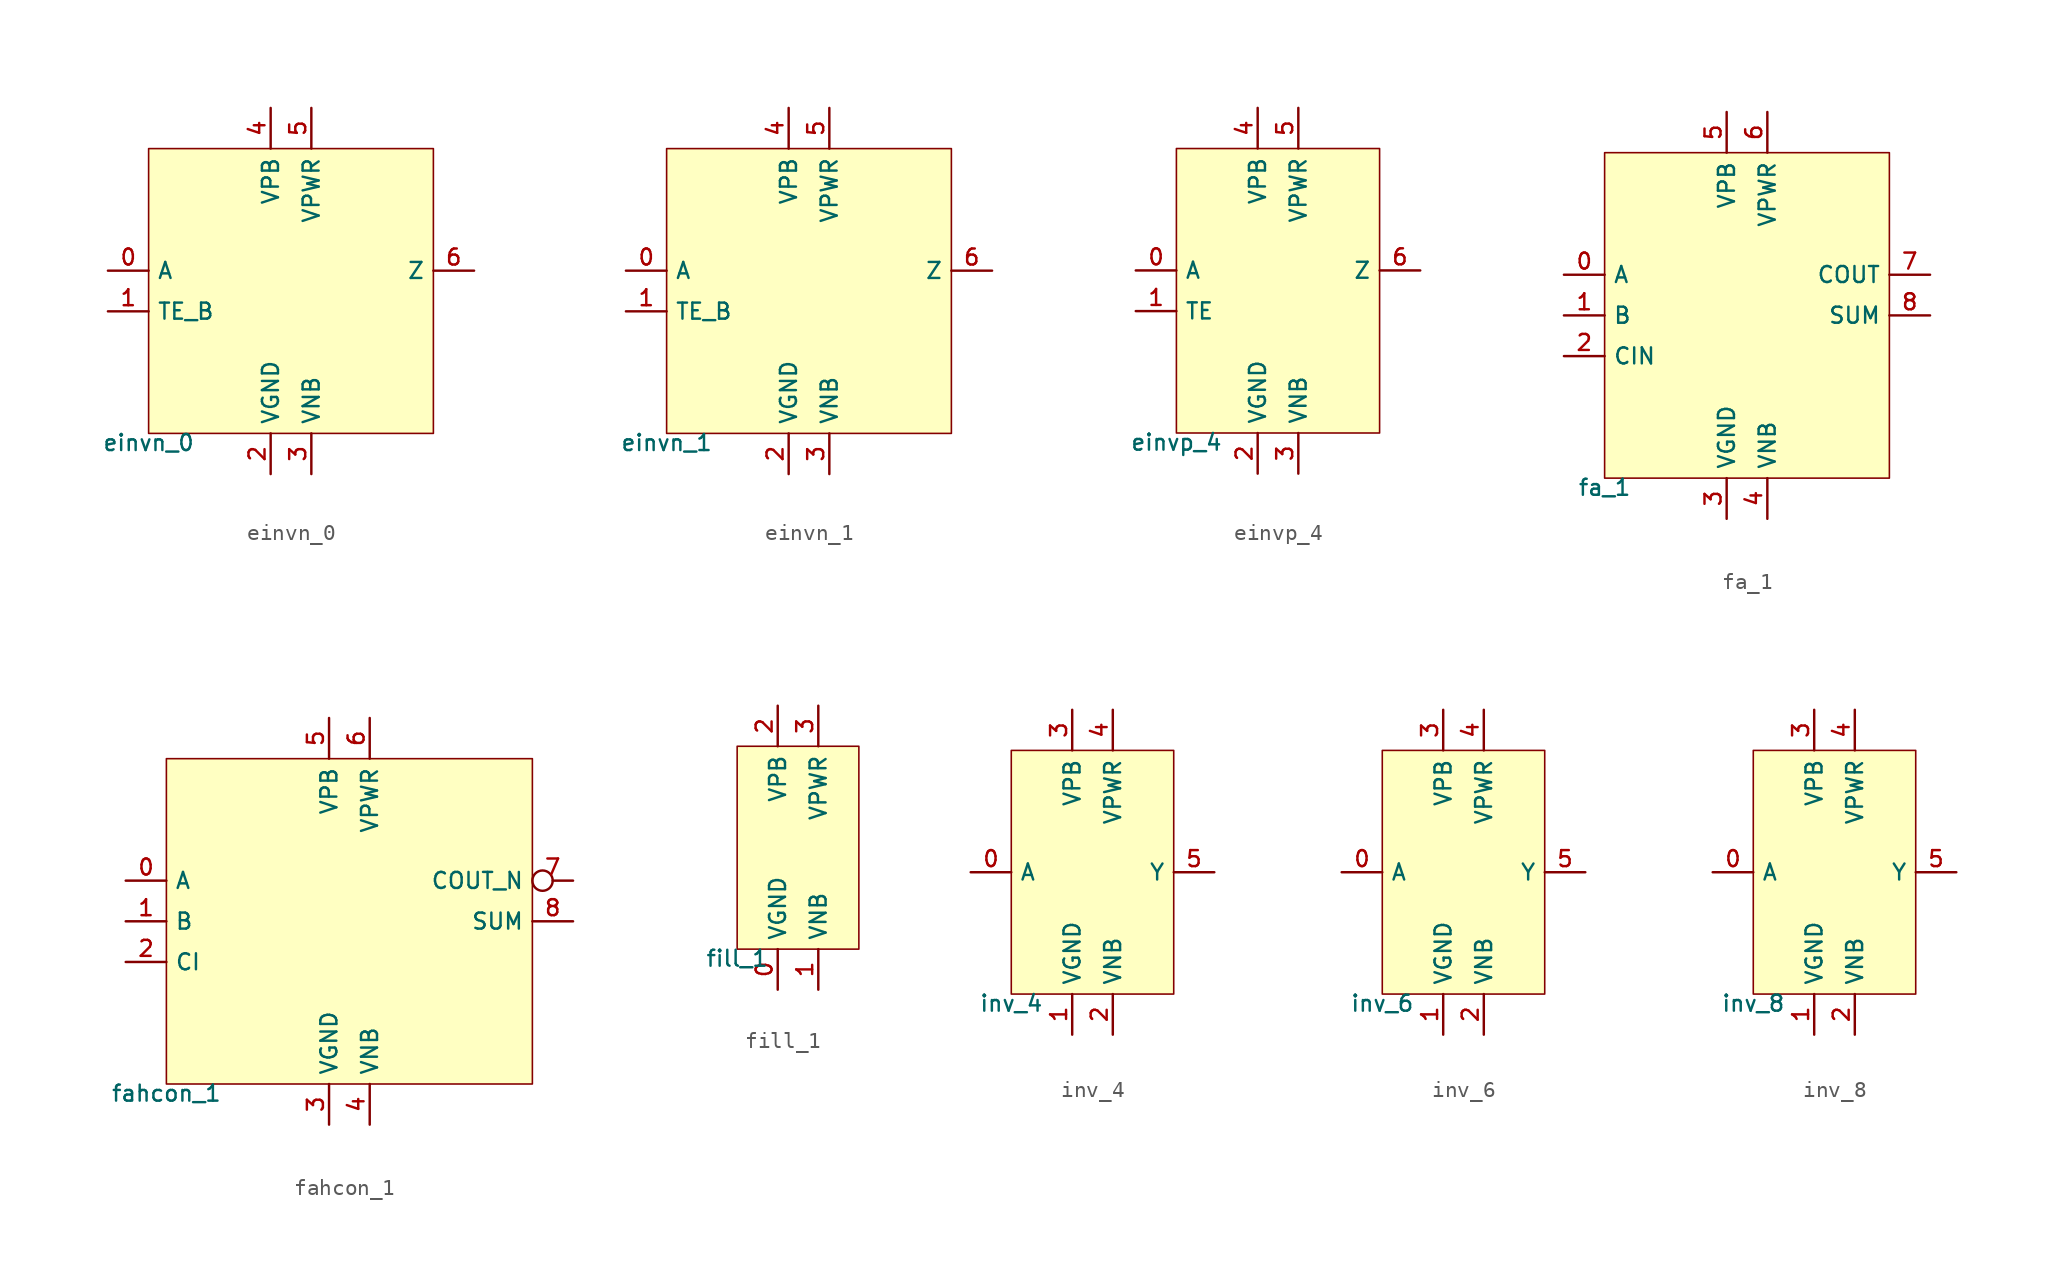
<source format=kicad_sym>
(kicad_symbol_lib
  (version 20211014)
  (generator pdk2kicad)
  (symbol "einvn_0"
    (property "Reference" "X"
      (at 0 0 0)
      (effects (font (size 1 1)) hide))
    (property "Value" "einvn_0"
      (at -8.89 -8.89 0)
      (effects (font (size 1 1)) (justify top)))
    (rectangle
      (start -8.89 -8.89)
      (end 8.89 8.89)
      (stroke (width 0.1) (type solid) (color 0 0 0 0))
      (fill (type background)))
    (pin input line
      (at -11.43 1.27 0)
      (length 2.54)
      (name "A" (effects (font (size 1 1)) hide))
      (number "0" (effects (font (size 1 1)) hide)))
    (pin input line
      (at -11.43 -1.27 0)
      (length 2.54)
      (name "TE_B" (effects (font (size 1 1)) hide))
      (number "1" (effects (font (size 1 1)) hide)))
    (pin power_in line
      (at -1.27 -11.43 90)
      (length 2.54)
      (name "VGND" (effects (font (size 1 1)) hide))
      (number "2" (effects (font (size 1 1)) hide)))
    (pin power_in line
      (at 1.27 -11.43 90)
      (length 2.54)
      (name "VNB" (effects (font (size 1 1)) hide))
      (number "3" (effects (font (size 1 1)) hide)))
    (pin power_in line
      (at -1.27 11.43 270)
      (length 2.54)
      (name "VPB" (effects (font (size 1 1)) hide))
      (number "4" (effects (font (size 1 1)) hide)))
    (pin power_in line
      (at 1.27 11.43 270)
      (length 2.54)
      (name "VPWR" (effects (font (size 1 1)) hide))
      (number "5" (effects (font (size 1 1)) hide)))
    (pin output line
      (at 11.43 1.27 180)
      (length 2.54)
      (name "Z" (effects (font (size 1 1)) hide))
      (number "6" (effects (font (size 1 1)) hide))))
  (symbol "einvn_1"
    (property "Reference" "X"
      (at 0 0 0)
      (effects (font (size 1 1)) hide))
    (property "Value" "einvn_1"
      (at -8.89 -8.89 0)
      (effects (font (size 1 1)) (justify top)))
    (rectangle
      (start -8.89 -8.89)
      (end 8.89 8.89)
      (stroke (width 0.1) (type solid) (color 0 0 0 0))
      (fill (type background)))
    (pin input line
      (at -11.43 1.27 0)
      (length 2.54)
      (name "A" (effects (font (size 1 1)) hide))
      (number "0" (effects (font (size 1 1)) hide)))
    (pin input line
      (at -11.43 -1.27 0)
      (length 2.54)
      (name "TE_B" (effects (font (size 1 1)) hide))
      (number "1" (effects (font (size 1 1)) hide)))
    (pin power_in line
      (at -1.27 -11.43 90)
      (length 2.54)
      (name "VGND" (effects (font (size 1 1)) hide))
      (number "2" (effects (font (size 1 1)) hide)))
    (pin power_in line
      (at 1.27 -11.43 90)
      (length 2.54)
      (name "VNB" (effects (font (size 1 1)) hide))
      (number "3" (effects (font (size 1 1)) hide)))
    (pin power_in line
      (at -1.27 11.43 270)
      (length 2.54)
      (name "VPB" (effects (font (size 1 1)) hide))
      (number "4" (effects (font (size 1 1)) hide)))
    (pin power_in line
      (at 1.27 11.43 270)
      (length 2.54)
      (name "VPWR" (effects (font (size 1 1)) hide))
      (number "5" (effects (font (size 1 1)) hide)))
    (pin output line
      (at 11.43 1.27 180)
      (length 2.54)
      (name "Z" (effects (font (size 1 1)) hide))
      (number "6" (effects (font (size 1 1)) hide))))
  (symbol "einvp_4"
    (property "Reference" "X"
      (at 0 0 0)
      (effects (font (size 1 1)) hide))
    (property "Value" "einvp_4"
      (at -6.35 -8.89 0)
      (effects (font (size 1 1)) (justify top)))
    (rectangle
      (start -6.35 -8.89)
      (end 6.35 8.89)
      (stroke (width 0.1) (type solid) (color 0 0 0 0))
      (fill (type background)))
    (pin input line
      (at -8.89 1.27 0)
      (length 2.54)
      (name "A" (effects (font (size 1 1)) hide))
      (number "0" (effects (font (size 1 1)) hide)))
    (pin input line
      (at -8.89 -1.27 0)
      (length 2.54)
      (name "TE" (effects (font (size 1 1)) hide))
      (number "1" (effects (font (size 1 1)) hide)))
    (pin power_in line
      (at -1.27 -11.43 90)
      (length 2.54)
      (name "VGND" (effects (font (size 1 1)) hide))
      (number "2" (effects (font (size 1 1)) hide)))
    (pin power_in line
      (at 1.27 -11.43 90)
      (length 2.54)
      (name "VNB" (effects (font (size 1 1)) hide))
      (number "3" (effects (font (size 1 1)) hide)))
    (pin power_in line
      (at -1.27 11.43 270)
      (length 2.54)
      (name "VPB" (effects (font (size 1 1)) hide))
      (number "4" (effects (font (size 1 1)) hide)))
    (pin power_in line
      (at 1.27 11.43 270)
      (length 2.54)
      (name "VPWR" (effects (font (size 1 1)) hide))
      (number "5" (effects (font (size 1 1)) hide)))
    (pin output line
      (at 8.89 1.27 180)
      (length 2.54)
      (name "Z" (effects (font (size 1 1)) hide))
      (number "6" (effects (font (size 1 1)) hide))))
  (symbol "fa_1"
    (property "Reference" "X"
      (at 0 0 0)
      (effects (font (size 1 1)) hide))
    (property "Value" "fa_1"
      (at -8.89 -10.16 0)
      (effects (font (size 1 1)) (justify top)))
    (rectangle
      (start -8.89 -10.16)
      (end 8.89 10.16)
      (stroke (width 0.1) (type solid) (color 0 0 0 0))
      (fill (type background)))
    (pin input line
      (at -11.43 2.54 0)
      (length 2.54)
      (name "A" (effects (font (size 1 1)) hide))
      (number "0" (effects (font (size 1 1)) hide)))
    (pin input line
      (at -11.43 0.0 0)
      (length 2.54)
      (name "B" (effects (font (size 1 1)) hide))
      (number "1" (effects (font (size 1 1)) hide)))
    (pin input line
      (at -11.43 -2.54 0)
      (length 2.54)
      (name "CIN" (effects (font (size 1 1)) hide))
      (number "2" (effects (font (size 1 1)) hide)))
    (pin power_in line
      (at -1.27 -12.7 90)
      (length 2.54)
      (name "VGND" (effects (font (size 1 1)) hide))
      (number "3" (effects (font (size 1 1)) hide)))
    (pin power_in line
      (at 1.27 -12.7 90)
      (length 2.54)
      (name "VNB" (effects (font (size 1 1)) hide))
      (number "4" (effects (font (size 1 1)) hide)))
    (pin power_in line
      (at -1.27 12.7 270)
      (length 2.54)
      (name "VPB" (effects (font (size 1 1)) hide))
      (number "5" (effects (font (size 1 1)) hide)))
    (pin power_in line
      (at 1.27 12.7 270)
      (length 2.54)
      (name "VPWR" (effects (font (size 1 1)) hide))
      (number "6" (effects (font (size 1 1)) hide)))
    (pin output line
      (at 11.43 2.54 180)
      (length 2.54)
      (name "COUT" (effects (font (size 1 1)) hide))
      (number "7" (effects (font (size 1 1)) hide)))
    (pin output line
      (at 11.43 0.0 180)
      (length 2.54)
      (name "SUM" (effects (font (size 1 1)) hide))
      (number "8" (effects (font (size 1 1)) hide))))
  (symbol "fahcon_1"
    (property "Reference" "X"
      (at 0 0 0)
      (effects (font (size 1 1)) hide))
    (property "Value" "fahcon_1"
      (at -11.43 -10.16 0)
      (effects (font (size 1 1)) (justify top)))
    (rectangle
      (start -11.43 -10.16)
      (end 11.43 10.16)
      (stroke (width 0.1) (type solid) (color 0 0 0 0))
      (fill (type background)))
    (pin input line
      (at -13.97 2.54 0)
      (length 2.54)
      (name "A" (effects (font (size 1 1)) hide))
      (number "0" (effects (font (size 1 1)) hide)))
    (pin input line
      (at -13.97 0.0 0)
      (length 2.54)
      (name "B" (effects (font (size 1 1)) hide))
      (number "1" (effects (font (size 1 1)) hide)))
    (pin input line
      (at -13.97 -2.54 0)
      (length 2.54)
      (name "CI" (effects (font (size 1 1)) hide))
      (number "2" (effects (font (size 1 1)) hide)))
    (pin power_in line
      (at -1.27 -12.7 90)
      (length 2.54)
      (name "VGND" (effects (font (size 1 1)) hide))
      (number "3" (effects (font (size 1 1)) hide)))
    (pin power_in line
      (at 1.27 -12.7 90)
      (length 2.54)
      (name "VNB" (effects (font (size 1 1)) hide))
      (number "4" (effects (font (size 1 1)) hide)))
    (pin power_in line
      (at -1.27 12.7 270)
      (length 2.54)
      (name "VPB" (effects (font (size 1 1)) hide))
      (number "5" (effects (font (size 1 1)) hide)))
    (pin power_in line
      (at 1.27 12.7 270)
      (length 2.54)
      (name "VPWR" (effects (font (size 1 1)) hide))
      (number "6" (effects (font (size 1 1)) hide)))
    (pin output inverted
      (at 13.97 2.54 180)
      (length 2.54)
      (name "COUT_N" (effects (font (size 1 1)) hide))
      (number "7" (effects (font (size 1 1)) hide)))
    (pin output line
      (at 13.97 0.0 180)
      (length 2.54)
      (name "SUM" (effects (font (size 1 1)) hide))
      (number "8" (effects (font (size 1 1)) hide))))
  (symbol "fill_1"
    (property "Reference" "X"
      (at 0 0 0)
      (effects (font (size 1 1)) hide))
    (property "Value" "fill_1"
      (at -3.81 -6.35 0)
      (effects (font (size 1 1)) (justify top)))
    (rectangle
      (start -3.81 -6.35)
      (end 3.81 6.35)
      (stroke (width 0.1) (type solid) (color 0 0 0 0))
      (fill (type background)))
    (pin power_in line
      (at -1.27 -8.89 90)
      (length 2.54)
      (name "VGND" (effects (font (size 1 1)) hide))
      (number "0" (effects (font (size 1 1)) hide)))
    (pin power_in line
      (at 1.27 -8.89 90)
      (length 2.54)
      (name "VNB" (effects (font (size 1 1)) hide))
      (number "1" (effects (font (size 1 1)) hide)))
    (pin power_in line
      (at -1.27 8.89 270)
      (length 2.54)
      (name "VPB" (effects (font (size 1 1)) hide))
      (number "2" (effects (font (size 1 1)) hide)))
    (pin power_in line
      (at 1.27 8.89 270)
      (length 2.54)
      (name "VPWR" (effects (font (size 1 1)) hide))
      (number "3" (effects (font (size 1 1)) hide))))
  (symbol "inv_4"
    (property "Reference" "X"
      (at 0 0 0)
      (effects (font (size 1 1)) hide))
    (property "Value" "inv_4"
      (at -5.08 -7.62 0)
      (effects (font (size 1 1)) (justify top)))
    (rectangle
      (start -5.08 -7.62)
      (end 5.08 7.62)
      (stroke (width 0.1) (type solid) (color 0 0 0 0))
      (fill (type background)))
    (pin input line
      (at -7.62 0.0 0)
      (length 2.54)
      (name "A" (effects (font (size 1 1)) hide))
      (number "0" (effects (font (size 1 1)) hide)))
    (pin power_in line
      (at -1.27 -10.16 90)
      (length 2.54)
      (name "VGND" (effects (font (size 1 1)) hide))
      (number "1" (effects (font (size 1 1)) hide)))
    (pin power_in line
      (at 1.27 -10.16 90)
      (length 2.54)
      (name "VNB" (effects (font (size 1 1)) hide))
      (number "2" (effects (font (size 1 1)) hide)))
    (pin power_in line
      (at -1.27 10.16 270)
      (length 2.54)
      (name "VPB" (effects (font (size 1 1)) hide))
      (number "3" (effects (font (size 1 1)) hide)))
    (pin power_in line
      (at 1.27 10.16 270)
      (length 2.54)
      (name "VPWR" (effects (font (size 1 1)) hide))
      (number "4" (effects (font (size 1 1)) hide)))
    (pin output line
      (at 7.62 0.0 180)
      (length 2.54)
      (name "Y" (effects (font (size 1 1)) hide))
      (number "5" (effects (font (size 1 1)) hide))))
  (symbol "inv_6"
    (property "Reference" "X"
      (at 0 0 0)
      (effects (font (size 1 1)) hide))
    (property "Value" "inv_6"
      (at -5.08 -7.62 0)
      (effects (font (size 1 1)) (justify top)))
    (rectangle
      (start -5.08 -7.62)
      (end 5.08 7.62)
      (stroke (width 0.1) (type solid) (color 0 0 0 0))
      (fill (type background)))
    (pin input line
      (at -7.62 0.0 0)
      (length 2.54)
      (name "A" (effects (font (size 1 1)) hide))
      (number "0" (effects (font (size 1 1)) hide)))
    (pin power_in line
      (at -1.27 -10.16 90)
      (length 2.54)
      (name "VGND" (effects (font (size 1 1)) hide))
      (number "1" (effects (font (size 1 1)) hide)))
    (pin power_in line
      (at 1.27 -10.16 90)
      (length 2.54)
      (name "VNB" (effects (font (size 1 1)) hide))
      (number "2" (effects (font (size 1 1)) hide)))
    (pin power_in line
      (at -1.27 10.16 270)
      (length 2.54)
      (name "VPB" (effects (font (size 1 1)) hide))
      (number "3" (effects (font (size 1 1)) hide)))
    (pin power_in line
      (at 1.27 10.16 270)
      (length 2.54)
      (name "VPWR" (effects (font (size 1 1)) hide))
      (number "4" (effects (font (size 1 1)) hide)))
    (pin output line
      (at 7.62 0.0 180)
      (length 2.54)
      (name "Y" (effects (font (size 1 1)) hide))
      (number "5" (effects (font (size 1 1)) hide))))
  (symbol "inv_8"
    (property "Reference" "X"
      (at 0 0 0)
      (effects (font (size 1 1)) hide))
    (property "Value" "inv_8"
      (at -5.08 -7.62 0)
      (effects (font (size 1 1)) (justify top)))
    (rectangle
      (start -5.08 -7.62)
      (end 5.08 7.62)
      (stroke (width 0.1) (type solid) (color 0 0 0 0))
      (fill (type background)))
    (pin input line
      (at -7.62 0.0 0)
      (length 2.54)
      (name "A" (effects (font (size 1 1)) hide))
      (number "0" (effects (font (size 1 1)) hide)))
    (pin power_in line
      (at -1.27 -10.16 90)
      (length 2.54)
      (name "VGND" (effects (font (size 1 1)) hide))
      (number "1" (effects (font (size 1 1)) hide)))
    (pin power_in line
      (at 1.27 -10.16 90)
      (length 2.54)
      (name "VNB" (effects (font (size 1 1)) hide))
      (number "2" (effects (font (size 1 1)) hide)))
    (pin power_in line
      (at -1.27 10.16 270)
      (length 2.54)
      (name "VPB" (effects (font (size 1 1)) hide))
      (number "3" (effects (font (size 1 1)) hide)))
    (pin power_in line
      (at 1.27 10.16 270)
      (length 2.54)
      (name "VPWR" (effects (font (size 1 1)) hide))
      (number "4" (effects (font (size 1 1)) hide)))
    (pin output line
      (at 7.62 0.0 180)
      (length 2.54)
      (name "Y" (effects (font (size 1 1)) hide))
      (number "5" (effects (font (size 1 1)) hide)))))
</source>
